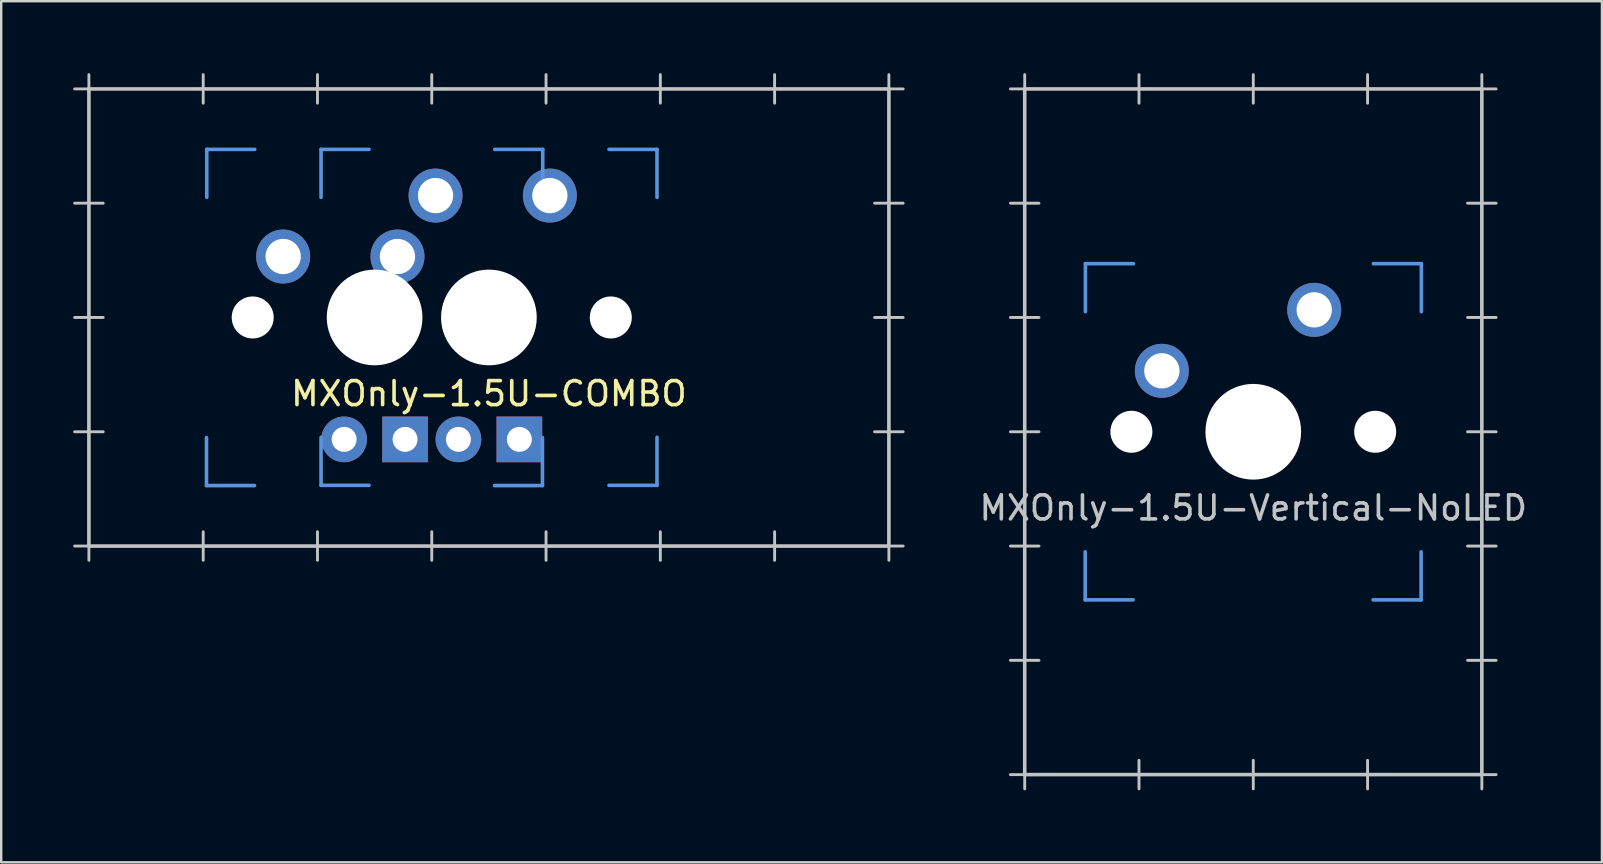
<source format=kicad_pcb>
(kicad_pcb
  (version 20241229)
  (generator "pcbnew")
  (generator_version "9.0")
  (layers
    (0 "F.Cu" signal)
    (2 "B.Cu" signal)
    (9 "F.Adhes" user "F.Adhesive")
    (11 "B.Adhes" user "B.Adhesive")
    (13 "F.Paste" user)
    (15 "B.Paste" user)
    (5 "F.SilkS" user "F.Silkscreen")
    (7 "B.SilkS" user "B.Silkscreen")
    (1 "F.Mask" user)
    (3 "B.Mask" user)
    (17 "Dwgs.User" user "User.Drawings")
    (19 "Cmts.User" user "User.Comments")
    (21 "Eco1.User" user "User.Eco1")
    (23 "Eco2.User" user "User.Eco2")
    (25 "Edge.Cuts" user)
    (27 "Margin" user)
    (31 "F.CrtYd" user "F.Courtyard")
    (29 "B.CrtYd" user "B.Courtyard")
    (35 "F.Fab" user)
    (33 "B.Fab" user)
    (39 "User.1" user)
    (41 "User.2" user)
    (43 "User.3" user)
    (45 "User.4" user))
  (footprint "MXOnly-1.5U-Vertical-NoLED"
    (layer "F.Cu")
    (at 49.178 14.943)
    (property "Reference" "MXOnly-1.5U-Vertical-NoLED" (at 0 3.175 0) (layer "Dwgs.User") (effects (font (size 1 1) (thickness 0.15))))
    (attr through_hole)
    (fp_line (start -10.12 -14.288) (end -9.525 -14.288) (stroke (width 0.12) (type solid)) (layer "Dwgs.User"))
    (fp_line (start -10.12 -4.763) (end -8.93 -4.763) (stroke (width 0.12) (type solid)) (layer "Dwgs.User"))
    (fp_line (start -10.12 0) (end -8.93 0) (stroke (width 0.12) (type solid)) (layer "Dwgs.User"))
    (fp_line (start -10.12 4.763) (end -8.93 4.763) (stroke (width 0.12) (type solid)) (layer "Dwgs.User"))
    (fp_line (start -10.12 9.525) (end -8.93 9.525) (stroke (width 0.12) (type solid)) (layer "Dwgs.User"))
    (fp_line (start -10.12 14.288) (end -9.525 14.288) (stroke (width 0.12) (type solid)) (layer "Dwgs.User"))
    (fp_line (start -9.525 -14.883) (end -9.525 -14.287) (stroke (width 0.12) (type solid)) (layer "Dwgs.User"))
    (fp_line (start -9.525 14.883) (end -9.525 14.288) (stroke (width 0.12) (type solid)) (layer "Dwgs.User"))
    (fp_line (start -9.525 -14.287) (end -9.525 14.287) (stroke (width 0.15) (type solid)) (layer "Dwgs.User"))
    (fp_line (start -8.93 -9.525) (end -10.12 -9.525) (stroke (width 0.12) (type solid)) (layer "Dwgs.User"))
    (fp_line (start -4.763 -14.883) (end -4.763 -13.692) (stroke (width 0.12) (type solid)) (layer "Dwgs.User"))
    (fp_line (start -4.763 13.692) (end -4.763 14.883) (stroke (width 0.12) (type solid)) (layer "Dwgs.User"))
    (fp_line (start 0 -14.883) (end 0 -13.692) (stroke (width 0.12) (type solid)) (layer "Dwgs.User"))
    (fp_line (start 0 14.883) (end 0 13.692) (stroke (width 0.12) (type solid)) (layer "Dwgs.User"))
    (fp_line (start 4.763 -13.692) (end 4.763 -14.883) (stroke (width 0.12) (type solid)) (layer "Dwgs.User"))
    (fp_line (start 4.763 14.883) (end 4.763 13.692) (stroke (width 0.12) (type solid)) (layer "Dwgs.User"))
    (fp_line (start 8.93 9.525) (end 10.12 9.525) (stroke (width 0.12) (type solid)) (layer "Dwgs.User"))
    (fp_line (start 9.525 -14.287) (end -9.525 -14.287) (stroke (width 0.15) (type solid)) (layer "Dwgs.User"))
    (fp_line (start 9.525 -14.287) (end 9.525 14.287) (stroke (width 0.15) (type solid)) (layer "Dwgs.User"))
    (fp_line (start 9.525 14.287) (end -9.525 14.287) (stroke (width 0.15) (type solid)) (layer "Dwgs.User"))
    (fp_line (start 9.525 -14.883) (end 9.525 -14.288) (stroke (width 0.12) (type solid)) (layer "Dwgs.User"))
    (fp_line (start 9.525 14.883) (end 9.525 14.287) (stroke (width 0.12) (type solid)) (layer "Dwgs.User"))
    (fp_line (start 10.12 -14.288) (end 9.525 -14.288) (stroke (width 0.12) (type solid)) (layer "Dwgs.User"))
    (fp_line (start 10.12 -9.525) (end 8.93 -9.525) (stroke (width 0.12) (type solid)) (layer "Dwgs.User"))
    (fp_line (start 10.12 -4.763) (end 8.93 -4.763) (stroke (width 0.12) (type solid)) (layer "Dwgs.User"))
    (fp_line (start 10.12 0) (end 8.93 0) (stroke (width 0.12) (type solid)) (layer "Dwgs.User"))
    (fp_line (start 10.12 4.763) (end 8.93 4.763) (stroke (width 0.12) (type solid)) (layer "Dwgs.User"))
    (fp_line (start 10.12 14.288) (end 9.525 14.288) (stroke (width 0.12) (type solid)) (layer "Dwgs.User"))
    (fp_line (start -7.005 7.005) (end -7.005 5.005) (stroke (width 0.15) (type solid)) (layer "Cmts.User"))
    (fp_line (start -6.995 -7.005) (end -6.995 -5.005) (stroke (width 0.15) (type solid)) (layer "Cmts.User"))
    (fp_line (start -5.005 7.005) (end -7.005 7.005) (stroke (width 0.15) (type solid)) (layer "Cmts.User"))
    (fp_line (start -4.995 -7.005) (end -6.995 -7.005) (stroke (width 0.15) (type solid)) (layer "Cmts.User"))
    (fp_line (start 4.995 7.005) (end 6.995 7.005) (stroke (width 0.15) (type solid)) (layer "Cmts.User"))
    (fp_line (start 5.005 -7.005) (end 7.005 -7.005) (stroke (width 0.15) (type solid)) (layer "Cmts.User"))
    (fp_line (start 6.995 7.005) (end 6.995 5.005) (stroke (width 0.15) (type solid)) (layer "Cmts.User"))
    (fp_line (start 7.005 -7.005) (end 7.005 -5.005) (stroke (width 0.15) (type solid)) (layer "Cmts.User"))
    (pad "" np_thru_hole circle (at -5.08 0 48.1) (size 1.75 1.75) (drill 1.75) (layers "*.Cu" "*.Mask"))
    (pad "" np_thru_hole circle (at 0 0) (size 3.988 3.988) (drill 3.988) (layers "*.Cu" "*.Mask"))
    (pad "" np_thru_hole circle (at 5.08 0 48.1) (size 1.75 1.75) (drill 1.75) (layers "*.Cu" "*.Mask"))
    (pad "1" thru_hole circle (at -3.81 -2.54) (size 2.25 2.25) (drill 1.47) (layers "*.Cu" "B.Mask"))
    (pad "2" thru_hole circle (at 2.54 -5.08) (size 2.25 2.25) (drill 1.47) (layers "*.Cu" "B.Mask")))
  (footprint "MXOnly-1.5U-COMBO"
    (layer "F.Cu")
    (at 17.324 10.18)
    (property "Reference" "MXOnly-1.5U-COMBO" (at 0 3.175 0) (layer "F.SilkS") (effects (font (size 1 1) (thickness 0.15))))
    (attr through_hole)
    (fp_line (start -17.264 -9.525) (end -16.669 -9.525) (stroke (width 0.12) (type solid)) (layer "Dwgs.User"))
    (fp_line (start -17.264 0) (end -16.073 0) (stroke (width 0.12) (type solid)) (layer "Dwgs.User"))
    (fp_line (start -17.264 4.763) (end -16.073 4.763) (stroke (width 0.12) (type solid)) (layer "Dwgs.User"))
    (fp_line (start -17.264 9.525) (end -16.669 9.525) (stroke (width 0.12) (type solid)) (layer "Dwgs.User"))
    (fp_line (start -16.669 -10.12) (end -16.669 -9.525) (stroke (width 0.12) (type solid)) (layer "Dwgs.User"))
    (fp_line (start -16.669 10.12) (end -16.669 9.525) (stroke (width 0.12) (type solid)) (layer "Dwgs.User"))
    (fp_line (start -16.669 -9.525) (end 16.669 -9.525) (stroke (width 0.15) (type solid)) (layer "Dwgs.User"))
    (fp_line (start -16.669 9.525) (end -16.669 -9.525) (stroke (width 0.15) (type solid)) (layer "Dwgs.User"))
    (fp_line (start -16.669 9.525) (end 16.669 9.525) (stroke (width 0.15) (type solid)) (layer "Dwgs.User"))
    (fp_line (start -16.073 -4.763) (end -17.264 -4.763) (stroke (width 0.12) (type solid)) (layer "Dwgs.User"))
    (fp_line (start -11.906 -10.12) (end -11.906 -8.93) (stroke (width 0.12) (type solid)) (layer "Dwgs.User"))
    (fp_line (start -11.906 8.93) (end -11.906 10.12) (stroke (width 0.12) (type solid)) (layer "Dwgs.User"))
    (fp_line (start -7.144 -10.12) (end -7.144 -8.93) (stroke (width 0.12) (type solid)) (layer "Dwgs.User"))
    (fp_line (start -7.144 10.12) (end -7.144 8.93) (stroke (width 0.12) (type solid)) (layer "Dwgs.User"))
    (fp_line (start -2.381 -8.93) (end -2.381 -10.12) (stroke (width 0.12) (type solid)) (layer "Dwgs.User"))
    (fp_line (start -2.381 10.12) (end -2.381 8.93) (stroke (width 0.12) (type solid)) (layer "Dwgs.User"))
    (fp_line (start 2.381 -10.12) (end 2.381 -8.93) (stroke (width 0.12) (type solid)) (layer "Dwgs.User"))
    (fp_line (start 2.381 8.93) (end 2.381 10.12) (stroke (width 0.12) (type solid)) (layer "Dwgs.User"))
    (fp_line (start 7.144 -10.12) (end 7.144 -8.93) (stroke (width 0.12) (type solid)) (layer "Dwgs.User"))
    (fp_line (start 7.144 8.93) (end 7.144 10.12) (stroke (width 0.12) (type solid)) (layer "Dwgs.User"))
    (fp_line (start 11.906 -8.93) (end 11.906 -10.12) (stroke (width 0.12) (type solid)) (layer "Dwgs.User"))
    (fp_line (start 11.906 10.12) (end 11.906 8.93) (stroke (width 0.12) (type solid)) (layer "Dwgs.User"))
    (fp_line (start 16.073 4.762) (end 17.264 4.762) (stroke (width 0.12) (type solid)) (layer "Dwgs.User"))
    (fp_line (start 16.669 -9.525) (end 16.669 9.525) (stroke (width 0.15) (type solid)) (layer "Dwgs.User"))
    (fp_line (start 16.669 -10.12) (end 16.669 -9.525) (stroke (width 0.12) (type solid)) (layer "Dwgs.User"))
    (fp_line (start 16.669 10.12) (end 16.669 9.525) (stroke (width 0.12) (type solid)) (layer "Dwgs.User"))
    (fp_line (start 17.264 -9.525) (end 16.669 -9.525) (stroke (width 0.12) (type solid)) (layer "Dwgs.User"))
    (fp_line (start 17.264 -4.763) (end 16.073 -4.763) (stroke (width 0.12) (type solid)) (layer "Dwgs.User"))
    (fp_line (start 17.264 -0.000008) (end 16.073 -0.000008) (stroke (width 0.12) (type solid)) (layer "Dwgs.User"))
    (fp_line (start 17.264 9.525) (end 16.669 9.525) (stroke (width 0.12) (type solid)) (layer "Dwgs.User"))
    (fp_line (start -11.768 7.005) (end -11.768 5.005) (stroke (width 0.15) (type solid)) (layer "Cmts.User"))
    (fp_line (start -11.757 -7.005) (end -11.757 -5.005) (stroke (width 0.15) (type solid)) (layer "Cmts.User"))
    (fp_line (start -9.768 7.005) (end -11.768 7.005) (stroke (width 0.15) (type solid)) (layer "Cmts.User"))
    (fp_line (start -9.757 -7.005) (end -11.757 -7.005) (stroke (width 0.15) (type solid)) (layer "Cmts.User"))
    (fp_line (start -6.995 -7.005) (end -6.995 -5.005) (stroke (width 0.15) (type solid)) (layer "Cmts.User"))
    (fp_line (start -6.995 6.995) (end -6.995 4.995) (stroke (width 0.15) (type solid)) (layer "Cmts.User"))
    (fp_line (start -4.995 -7.005) (end -6.995 -7.005) (stroke (width 0.15) (type solid)) (layer "Cmts.User"))
    (fp_line (start -4.995 6.995) (end -6.995 6.995) (stroke (width 0.15) (type solid)) (layer "Cmts.User"))
    (fp_line (start 0.232 7.005) (end 2.232 7.005) (stroke (width 0.15) (type solid)) (layer "Cmts.User"))
    (fp_line (start 0.243 -7.005) (end 2.243 -7.005) (stroke (width 0.15) (type solid)) (layer "Cmts.User"))
    (fp_line (start 2.232 7.005) (end 2.232 5.005) (stroke (width 0.15) (type solid)) (layer "Cmts.User"))
    (fp_line (start 2.243 -7.005) (end 2.243 -5.005) (stroke (width 0.15) (type solid)) (layer "Cmts.User"))
    (fp_line (start 5.005 -7.005) (end 7.005 -7.005) (stroke (width 0.15) (type solid)) (layer "Cmts.User"))
    (fp_line (start 5.005 6.995) (end 7.005 6.995) (stroke (width 0.15) (type solid)) (layer "Cmts.User"))
    (fp_line (start 7.005 -7.005) (end 7.005 -5.005) (stroke (width 0.15) (type solid)) (layer "Cmts.User"))
    (fp_line (start 7.005 6.995) (end 7.005 4.995) (stroke (width 0.15) (type solid)) (layer "Cmts.User"))
    (pad "" np_thru_hole circle (at -9.843 0 48.1) (size 1.75 1.75) (drill 1.75) (layers "*.Cu" "*.Mask"))
    (pad "" np_thru_hole circle (at -5.08 0 48.1) (size 1.75 1.75) (drill 1.75) (layers "*.Cu" "*.Mask"))
    (pad "" np_thru_hole circle (at -4.763 0) (size 3.988 3.988) (drill 3.988) (layers "*.Cu" "*.Mask"))
    (pad "" np_thru_hole circle (at 0 0) (size 3.988 3.988) (drill 3.988) (layers "*.Cu" "*.Mask"))
    (pad "" np_thru_hole circle (at 0.317 0 48.1) (size 1.75 1.75) (drill 1.75) (layers "*.Cu" "*.Mask"))
    (pad "" np_thru_hole circle (at 5.08 0 48.1) (size 1.75 1.75) (drill 1.75) (layers "*.Cu" "*.Mask"))
    (pad "1" thru_hole circle (at -8.573 -2.54) (size 2.25 2.25) (drill 1.47) (layers "*.Cu" "B.Mask"))
    (pad "1" thru_hole circle (at -3.81 -2.54) (size 2.25 2.25) (drill 1.47) (layers "*.Cu" "B.Mask"))
    (pad "2" thru_hole circle (at -2.223 -5.08) (size 2.25 2.25) (drill 1.47) (layers "*.Cu" "B.Mask"))
    (pad "2" thru_hole circle (at 2.54 -5.08) (size 2.25 2.25) (drill 1.47) (layers "*.Cu" "B.Mask"))
    (pad "3" thru_hole circle (at -6.033 5.08) (size 1.905 1.905) (drill 1.04) (layers "*.Cu" "B.Mask"))
    (pad "3" thru_hole circle (at -1.27 5.08) (size 1.905 1.905) (drill 1.04) (layers "*.Cu" "B.Mask"))
    (pad "4" thru_hole rect (at -3.493 5.08) (size 1.905 1.905) (drill 1.04) (layers "*.Cu" "B.Mask"))
    (pad "4" thru_hole rect (at 1.27 5.08) (size 1.905 1.905) (drill 1.04) (layers "*.Cu" "B.Mask")))
  (gr_rect
    (start -3 -3)
    (end 63.708 32.886)
    (stroke (width 0.1) (type default))
    (fill no)
    (layer "Edge.Cuts")))
</source>
